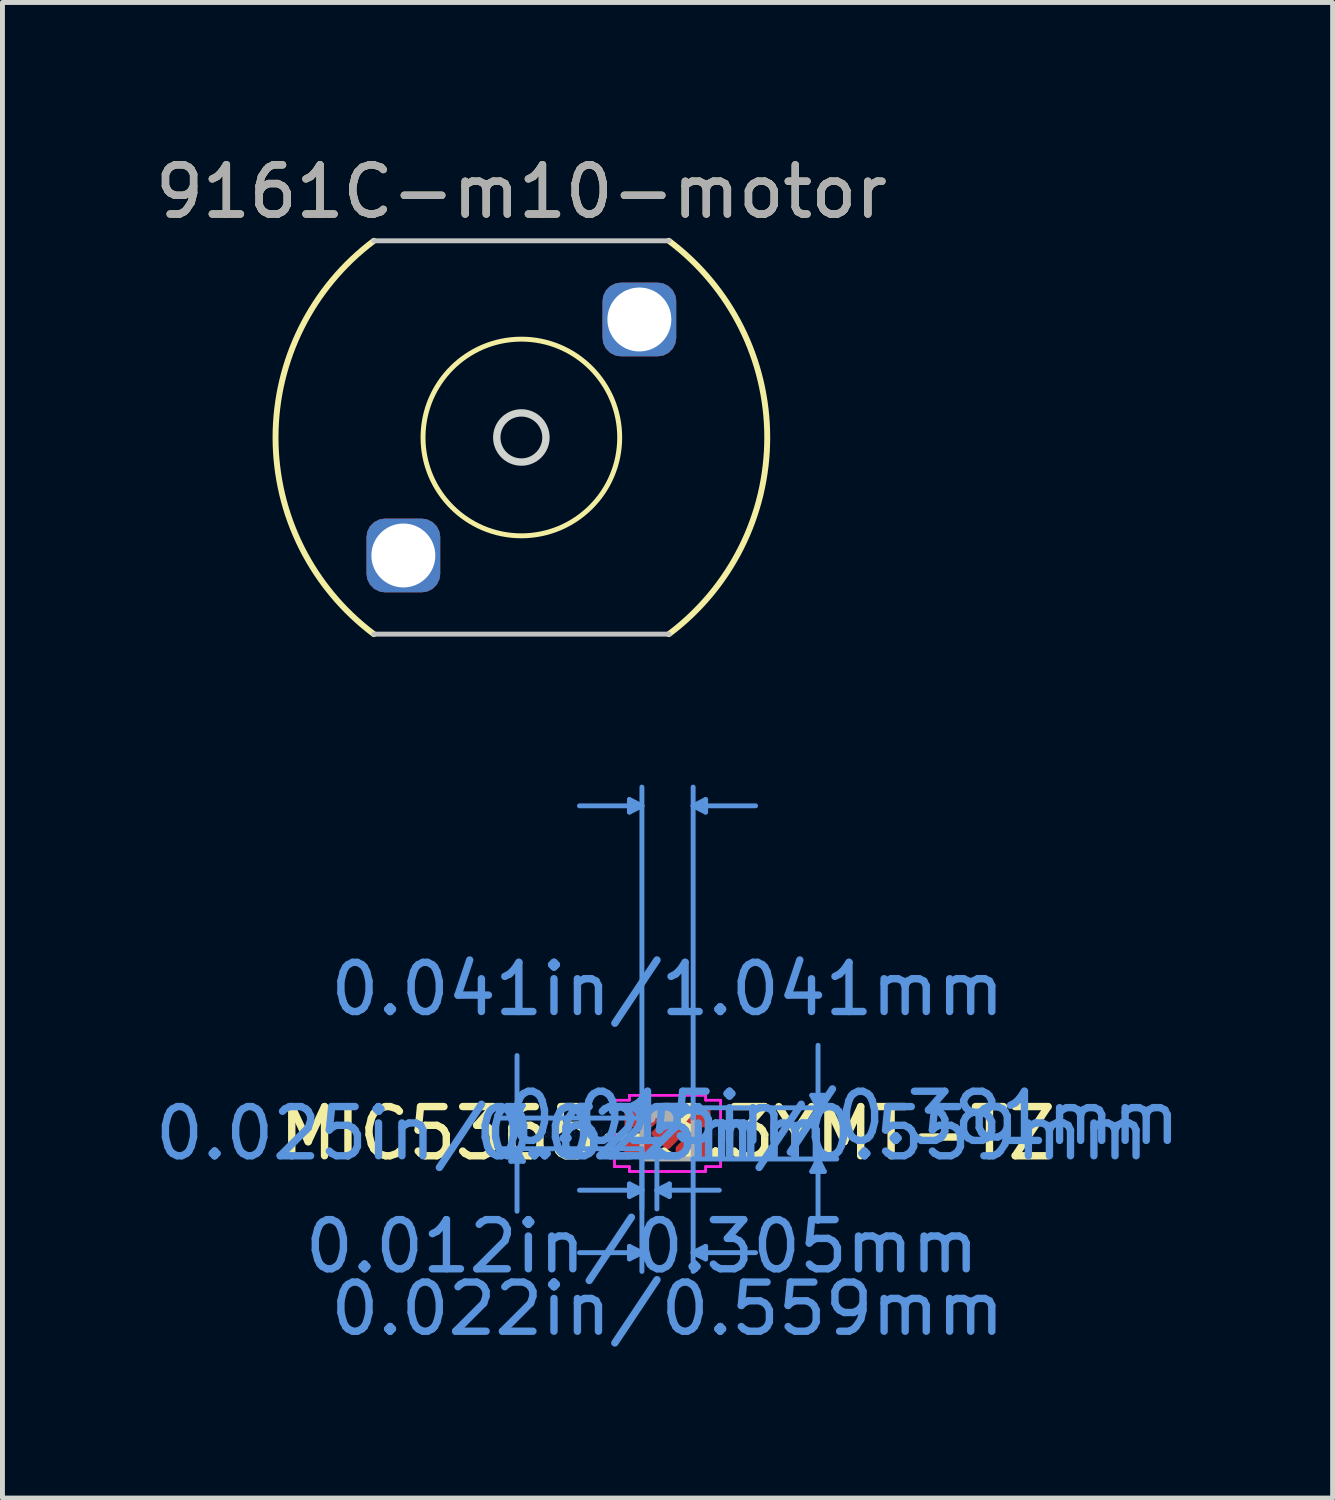
<source format=kicad_pcb>
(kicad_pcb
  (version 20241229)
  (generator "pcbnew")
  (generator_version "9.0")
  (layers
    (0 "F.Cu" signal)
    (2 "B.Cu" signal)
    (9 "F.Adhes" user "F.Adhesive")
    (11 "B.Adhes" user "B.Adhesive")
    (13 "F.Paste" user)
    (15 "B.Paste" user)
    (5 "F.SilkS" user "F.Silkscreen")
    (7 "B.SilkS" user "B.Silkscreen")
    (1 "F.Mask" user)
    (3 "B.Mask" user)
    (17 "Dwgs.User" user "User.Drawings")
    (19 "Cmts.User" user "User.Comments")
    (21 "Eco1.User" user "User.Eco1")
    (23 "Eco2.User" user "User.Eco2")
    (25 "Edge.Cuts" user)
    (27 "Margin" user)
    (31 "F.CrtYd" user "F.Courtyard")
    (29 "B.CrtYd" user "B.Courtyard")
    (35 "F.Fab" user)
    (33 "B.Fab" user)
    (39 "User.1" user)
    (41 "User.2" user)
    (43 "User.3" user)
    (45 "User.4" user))
  (footprint "MIC5365-3.3YMT-TZ"
    (layer "F.Cu")
    (at 10.527 20.002)
    (property "Reference" "MIC5365-3.3YMT-TZ" (at 0 0 0) (layer "F.SilkS") (effects (font (size 1 1) (thickness 0.15))))
    (attr through_hole)
    (fp_poly (pts (xy 0 -0.279) (xy -0.279 0) (xy 0 0.279) (xy 0.279 0)) (stroke (width 0.1) (type solid)) (fill yes) (layer "F.Cu"))
    (fp_poly (pts (xy -0.826 -0.452) (xy -0.826 -0.173) (xy -0.343 -0.173) (xy -0.216 -0.3) (xy -0.216 -0.452)) (stroke (width 0.1) (type solid)) (fill yes) (layer "F.Cu"))
    (fp_poly (pts (xy -0.826 0.452) (xy -0.826 0.173) (xy -0.343 0.173) (xy -0.216 0.3) (xy -0.216 0.452)) (stroke (width 0.1) (type solid)) (fill yes) (layer "F.Cu"))
    (fp_poly (pts (xy 0.826 -0.452) (xy 0.826 -0.173) (xy 0.343 -0.173) (xy 0.216 -0.3) (xy 0.216 -0.452)) (stroke (width 0.1) (type solid)) (fill yes) (layer "F.Cu"))
    (fp_poly (pts (xy 0.826 0.452) (xy 0.826 0.173) (xy 0.343 0.173) (xy 0.216 0.3) (xy 0.216 0.452)) (stroke (width 0.1) (type solid)) (fill yes) (layer "F.Cu"))
    (fp_poly (pts (xy 0 -0.279) (xy -0.279 0) (xy 0 0.279) (xy 0.279 0)) (stroke (width 0.1) (type solid)) (fill yes) (layer "F.Mask"))
    (fp_poly (pts (xy -0.826 -0.452) (xy -0.826 -0.173) (xy -0.343 -0.173) (xy -0.216 -0.3) (xy -0.216 -0.452)) (stroke (width 0.1) (type solid)) (fill yes) (layer "F.Mask"))
    (fp_poly (pts (xy -0.826 0.452) (xy -0.826 0.173) (xy -0.343 0.173) (xy -0.216 0.3) (xy -0.216 0.452)) (stroke (width 0.1) (type solid)) (fill yes) (layer "F.Mask"))
    (fp_poly (pts (xy 0.826 -0.452) (xy 0.826 -0.173) (xy 0.343 -0.173) (xy 0.216 -0.3) (xy 0.216 -0.452)) (stroke (width 0.1) (type solid)) (fill yes) (layer "F.Mask"))
    (fp_poly (pts (xy 0.826 0.452) (xy 0.826 0.173) (xy 0.343 0.173) (xy 0.216 0.3) (xy 0.216 0.452)) (stroke (width 0.1) (type solid)) (fill yes) (layer "F.Mask"))
    (fp_poly (pts (xy 0 -0.279) (xy -0.279 0) (xy 0 0.279) (xy 0.279 0)) (stroke (width 0.1) (type solid)) (fill yes) (layer "F.Paste"))
    (fp_poly (pts (xy -0.826 -0.452) (xy -0.826 -0.173) (xy -0.343 -0.173) (xy -0.216 -0.3) (xy -0.216 -0.452)) (stroke (width 0.1) (type solid)) (fill yes) (layer "F.Paste"))
    (fp_poly (pts (xy -0.826 0.452) (xy -0.826 0.173) (xy -0.343 0.173) (xy -0.216 0.3) (xy -0.216 0.452)) (stroke (width 0.1) (type solid)) (fill yes) (layer "F.Paste"))
    (fp_poly (pts (xy 0.826 -0.452) (xy 0.826 -0.173) (xy 0.343 -0.173) (xy 0.216 -0.3) (xy 0.216 -0.452)) (stroke (width 0.1) (type solid)) (fill yes) (layer "F.Paste"))
    (fp_poly (pts (xy 0.826 0.452) (xy 0.826 0.173) (xy 0.343 0.173) (xy 0.216 0.3) (xy 0.216 0.452)) (stroke (width 0.1) (type solid)) (fill yes) (layer "F.Paste"))
    (fp_line (start -3.188 -0.567) (end -2.934 -0.567) (stroke (width 0.1) (type solid)) (layer "Cmts.User"))
    (fp_line (start -3.188 0.567) (end -2.934 0.567) (stroke (width 0.1) (type solid)) (layer "Cmts.User"))
    (fp_line (start -3.061 -0.312) (end -3.188 -0.567) (stroke (width 0.1) (type solid)) (layer "Cmts.User"))
    (fp_line (start -3.061 -0.312) (end -3.061 -1.583) (stroke (width 0.1) (type solid)) (layer "Cmts.User"))
    (fp_line (start -3.061 -0.312) (end -2.934 -0.567) (stroke (width 0.1) (type solid)) (layer "Cmts.User"))
    (fp_line (start -3.061 0.312) (end -3.188 0.567) (stroke (width 0.1) (type solid)) (layer "Cmts.User"))
    (fp_line (start -3.061 0.312) (end -3.061 1.583) (stroke (width 0.1) (type solid)) (layer "Cmts.User"))
    (fp_line (start -3.061 0.312) (end -2.934 0.567) (stroke (width 0.1) (type solid)) (layer "Cmts.User"))
    (fp_line (start -0.775 -6.79) (end -0.775 -6.535) (stroke (width 0.1) (type solid)) (layer "Cmts.User"))
    (fp_line (start -0.775 1.029) (end -0.775 1.283) (stroke (width 0.1) (type solid)) (layer "Cmts.User"))
    (fp_line (start -0.775 2.299) (end -0.775 2.553) (stroke (width 0.1) (type solid)) (layer "Cmts.User"))
    (fp_line (start -0.521 -6.662) (end -1.791 -6.662) (stroke (width 0.1) (type solid)) (layer "Cmts.User"))
    (fp_line (start -0.521 -6.662) (end -0.775 -6.79) (stroke (width 0.1) (type solid)) (layer "Cmts.User"))
    (fp_line (start -0.521 -6.662) (end -0.775 -6.535) (stroke (width 0.1) (type solid)) (layer "Cmts.User"))
    (fp_line (start -0.521 -0.312) (end -3.442 -0.312) (stroke (width 0.1) (type solid)) (layer "Cmts.User"))
    (fp_line (start -0.521 -0.312) (end -0.521 -7.043) (stroke (width 0.1) (type solid)) (layer "Cmts.User"))
    (fp_line (start -0.521 0.312) (end -3.442 0.312) (stroke (width 0.1) (type solid)) (layer "Cmts.User"))
    (fp_line (start -0.521 0.312) (end -0.521 1.537) (stroke (width 0.1) (type solid)) (layer "Cmts.User"))
    (fp_line (start -0.521 0.521) (end -0.521 2.807) (stroke (width 0.1) (type solid)) (layer "Cmts.User"))
    (fp_line (start -0.521 1.156) (end -1.791 1.156) (stroke (width 0.1) (type solid)) (layer "Cmts.User"))
    (fp_line (start -0.521 1.156) (end -0.775 1.029) (stroke (width 0.1) (type solid)) (layer "Cmts.User"))
    (fp_line (start -0.521 1.156) (end -0.775 1.283) (stroke (width 0.1) (type solid)) (layer "Cmts.User"))
    (fp_line (start -0.521 2.426) (end -1.791 2.426) (stroke (width 0.1) (type solid)) (layer "Cmts.User"))
    (fp_line (start -0.521 2.426) (end -0.775 2.299) (stroke (width 0.1) (type solid)) (layer "Cmts.User"))
    (fp_line (start -0.521 2.426) (end -0.775 2.553) (stroke (width 0.1) (type solid)) (layer "Cmts.User"))
    (fp_line (start -0.216 0.312) (end -0.216 1.537) (stroke (width 0.1) (type solid)) (layer "Cmts.User"))
    (fp_line (start -0.216 1.156) (end 0.038 1.029) (stroke (width 0.1) (type solid)) (layer "Cmts.User"))
    (fp_line (start -0.216 1.156) (end 0.038 1.283) (stroke (width 0.1) (type solid)) (layer "Cmts.User"))
    (fp_line (start -0.216 1.156) (end 1.054 1.156) (stroke (width 0.1) (type solid)) (layer "Cmts.User"))
    (fp_line (start 0.038 1.029) (end 0.038 1.283) (stroke (width 0.1) (type solid)) (layer "Cmts.User"))
    (fp_line (start 0.521 -6.662) (end 0.775 -6.79) (stroke (width 0.1) (type solid)) (layer "Cmts.User"))
    (fp_line (start 0.521 -6.662) (end 0.775 -6.535) (stroke (width 0.1) (type solid)) (layer "Cmts.User"))
    (fp_line (start 0.521 -6.662) (end 1.791 -6.662) (stroke (width 0.1) (type solid)) (layer "Cmts.User"))
    (fp_line (start 0.521 -0.521) (end 3.442 -0.521) (stroke (width 0.1) (type solid)) (layer "Cmts.User"))
    (fp_line (start 0.521 -0.312) (end 0.521 -7.043) (stroke (width 0.1) (type solid)) (layer "Cmts.User"))
    (fp_line (start 0.521 0.521) (end 0.521 2.807) (stroke (width 0.1) (type solid)) (layer "Cmts.User"))
    (fp_line (start 0.521 0.521) (end 3.442 0.521) (stroke (width 0.1) (type solid)) (layer "Cmts.User"))
    (fp_line (start 0.521 2.426) (end 0.775 2.299) (stroke (width 0.1) (type solid)) (layer "Cmts.User"))
    (fp_line (start 0.521 2.426) (end 0.775 2.553) (stroke (width 0.1) (type solid)) (layer "Cmts.User"))
    (fp_line (start 0.521 2.426) (end 1.791 2.426) (stroke (width 0.1) (type solid)) (layer "Cmts.User"))
    (fp_line (start 0.775 -6.79) (end 0.775 -6.535) (stroke (width 0.1) (type solid)) (layer "Cmts.User"))
    (fp_line (start 0.775 2.299) (end 0.775 2.553) (stroke (width 0.1) (type solid)) (layer "Cmts.User"))
    (fp_line (start 2.934 -0.775) (end 3.188 -0.775) (stroke (width 0.1) (type solid)) (layer "Cmts.User"))
    (fp_line (start 2.934 0.775) (end 3.188 0.775) (stroke (width 0.1) (type solid)) (layer "Cmts.User"))
    (fp_line (start 3.061 -0.521) (end 2.934 -0.775) (stroke (width 0.1) (type solid)) (layer "Cmts.User"))
    (fp_line (start 3.061 -0.521) (end 3.061 -1.791) (stroke (width 0.1) (type solid)) (layer "Cmts.User"))
    (fp_line (start 3.061 -0.521) (end 3.188 -0.775) (stroke (width 0.1) (type solid)) (layer "Cmts.User"))
    (fp_line (start 3.061 0.521) (end 2.934 0.775) (stroke (width 0.1) (type solid)) (layer "Cmts.User"))
    (fp_line (start 3.061 0.521) (end 3.061 1.791) (stroke (width 0.1) (type solid)) (layer "Cmts.User"))
    (fp_line (start 3.061 0.521) (end 3.188 0.775) (stroke (width 0.1) (type solid)) (layer "Cmts.User"))
    (fp_line (start -1.079 -0.676) (end -0.775 -0.676) (stroke (width 0.05) (type solid)) (layer "F.CrtYd"))
    (fp_line (start -1.079 -0.676) (end -0.775 -0.676) (stroke (width 0.05) (type solid)) (layer "F.CrtYd"))
    (fp_line (start -1.079 0.676) (end -1.079 -0.676) (stroke (width 0.05) (type solid)) (layer "F.CrtYd"))
    (fp_line (start -1.079 0.676) (end -1.079 -0.676) (stroke (width 0.05) (type solid)) (layer "F.CrtYd"))
    (fp_line (start -1.079 0.676) (end -0.775 0.676) (stroke (width 0.05) (type solid)) (layer "F.CrtYd"))
    (fp_line (start -0.775 -0.775) (end 0.775 -0.775) (stroke (width 0.05) (type solid)) (layer "F.CrtYd"))
    (fp_line (start -0.775 -0.775) (end 0.775 -0.775) (stroke (width 0.05) (type solid)) (layer "F.CrtYd"))
    (fp_line (start -0.775 -0.676) (end -0.775 -0.775) (stroke (width 0.05) (type solid)) (layer "F.CrtYd"))
    (fp_line (start -0.775 -0.676) (end -0.775 -0.775) (stroke (width 0.05) (type solid)) (layer "F.CrtYd"))
    (fp_line (start -0.775 0.676) (end -1.079 0.676) (stroke (width 0.05) (type solid)) (layer "F.CrtYd"))
    (fp_line (start -0.775 0.775) (end -0.775 0.676) (stroke (width 0.05) (type solid)) (layer "F.CrtYd"))
    (fp_line (start -0.775 0.775) (end -0.775 0.676) (stroke (width 0.05) (type solid)) (layer "F.CrtYd"))
    (fp_line (start 0.775 -0.775) (end 0.775 -0.676) (stroke (width 0.05) (type solid)) (layer "F.CrtYd"))
    (fp_line (start 0.775 -0.775) (end 0.775 -0.676) (stroke (width 0.05) (type solid)) (layer "F.CrtYd"))
    (fp_line (start 0.775 -0.676) (end 1.079 -0.676) (stroke (width 0.05) (type solid)) (layer "F.CrtYd"))
    (fp_line (start 0.775 0.676) (end 0.775 0.775) (stroke (width 0.05) (type solid)) (layer "F.CrtYd"))
    (fp_line (start 0.775 0.676) (end 0.775 0.775) (stroke (width 0.05) (type solid)) (layer "F.CrtYd"))
    (fp_line (start 0.775 0.775) (end -0.775 0.775) (stroke (width 0.05) (type solid)) (layer "F.CrtYd"))
    (fp_line (start 0.775 0.775) (end -0.775 0.775) (stroke (width 0.05) (type solid)) (layer "F.CrtYd"))
    (fp_line (start 1.079 -0.676) (end 0.775 -0.676) (stroke (width 0.05) (type solid)) (layer "F.CrtYd"))
    (fp_line (start 1.079 -0.676) (end 1.079 0.676) (stroke (width 0.05) (type solid)) (layer "F.CrtYd"))
    (fp_line (start 1.079 -0.676) (end 1.079 0.676) (stroke (width 0.05) (type solid)) (layer "F.CrtYd"))
    (fp_line (start 1.079 0.676) (end 0.775 0.676) (stroke (width 0.05) (type solid)) (layer "F.CrtYd"))
    (fp_line (start 1.079 0.676) (end 0.775 0.676) (stroke (width 0.05) (type solid)) (layer "F.CrtYd"))
    (fp_line (start -0.521 -0.521) (end -0.521 0.521) (stroke (width 0.1) (type solid)) (layer "F.Fab"))
    (fp_line (start -0.521 0.521) (end 0.521 0.521) (stroke (width 0.1) (type solid)) (layer "F.Fab"))
    (fp_line (start 0.521 -0.521) (end -0.521 -0.521) (stroke (width 0.1) (type solid)) (layer "F.Fab"))
    (fp_line (start 0.521 0.521) (end 0.521 -0.521) (stroke (width 0.1) (type solid)) (layer "F.Fab"))
    (fp_circle (center -0.343 -0.312) (end -0.343 -0.312) (stroke (width 0.1) (type solid)) (fill no) (layer "F.Fab"))
    (fp_text user "*" (at 0 0 0) (layer "F.SilkS") (effects (font (size 1 1) (thickness 0.15))))
    (fp_text user "0.015in/0.381mm" (at 3.569 -0.312 0) (layer "Cmts.User") (effects (font (size 1 1) (thickness 0.15))))
    (fp_text user "0.041in/1.041mm" (at 0 -2.934 0) (layer "Cmts.User") (effects (font (size 1 1) (thickness 0.15))))
    (fp_text user "0.022in/0.559mm" (at 2.934 0 0) (layer "Cmts.User") (effects (font (size 1 1) (thickness 0.15))))
    (fp_text user "0.022in/0.559mm" (at 0 3.569 0) (layer "Cmts.User") (effects (font (size 1 1) (thickness 0.15))))
    (fp_text user "Copyright 2021 Accelerated Designs. All rights reserved." (at 0 0 0) (layer "Cmts.User") (effects (font (size 0.127 0.127) (thickness 0.002))))
    (fp_text user "0.025in/0.625mm" (at -3.569 0 0) (layer "Cmts.User") (effects (font (size 1 1) (thickness 0.15))))
    (fp_text user "0.012in/0.305mm" (at -0.521 2.299 0) (layer "Cmts.User") (effects (font (size 1 1) (thickness 0.15))))
    (fp_text user "*" (at 0 0 0) (layer "F.Fab") (effects (font (size 1 1) (thickness 0.15))))
    (pad "1" smd rect (at -0.521 -0.313) (size 0.025 0.025) (layers "F.Cu" "F.Mask" "F.Paste"))
    (pad "2" smd rect (at -0.521 0.313) (size 0.025 0.025) (layers "F.Cu" "F.Mask" "F.Paste"))
    (pad "3" smd rect (at 0.521 0.313) (size 0.025 0.025) (layers "F.Cu" "F.Mask" "F.Paste"))
    (pad "4" smd rect (at 0.521 -0.313) (size 0.025 0.025) (layers "F.Cu" "F.Mask" "F.Paste"))
    (pad "5" smd rect (at 0 0) (size 0.025 0.025) (layers "F.Cu" "F.Mask" "F.Paste")))
  (footprint "9161C-m10-motor"
    (layer "F.Cu")
    (at 7.554 5.848)
    (property "Reference" "9161C-m10-motor" (at 0 -5 0) (unlocked yes) (layer "F.SilkS") (effects (font (size 1 1) (thickness 0.15))))
    (attr through_hole)
    (fp_arc (start -3 4) (mid -5 0) (end -3 -4) (stroke (width 0.12) (type solid)) (layer "F.SilkS"))
    (fp_arc (start 3 -4) (mid 5.000868 0) (end 3 4) (stroke (width 0.12) (type solid)) (layer "F.SilkS"))
    (fp_circle (center 0 0) (end 2 0) (stroke (width 0.1) (type solid)) (fill no) (layer "F.SilkS"))
    (fp_line (start -3 -4) (end 3 -4) (stroke (width 0.1) (type solid)) (layer "Dwgs.User"))
    (fp_line (start 3 4) (end -3 4) (stroke (width 0.1) (type solid)) (layer "Dwgs.User"))
    (fp_circle (center 0 0) (end 0 0.5) (stroke (width 0.15) (type solid)) (fill no) (layer "Edge.Cuts"))
    (fp_text user "${REFERENCE}" (at 0 -5 0) (unlocked yes) (layer "F.Fab") (effects (font (size 1 1) (thickness 0.15))))
    (pad "1" thru_hole roundrect (at 2.4 -2.4) (size 1.5 1.5) (drill 1.3) (layers "*.Cu" "*.Mask") (roundrect_rratio 0.25))
    (pad "2" thru_hole roundrect (at -2.4 2.4) (size 1.5 1.5) (drill 1.3) (layers "*.Cu" "*.Mask") (roundrect_rratio 0.25)))
  (gr_rect
    (start -3 -3)
    (end 24.054 27.419)
    (stroke (width 0.1) (type default))
    (fill no)
    (layer "Edge.Cuts")))
</source>
